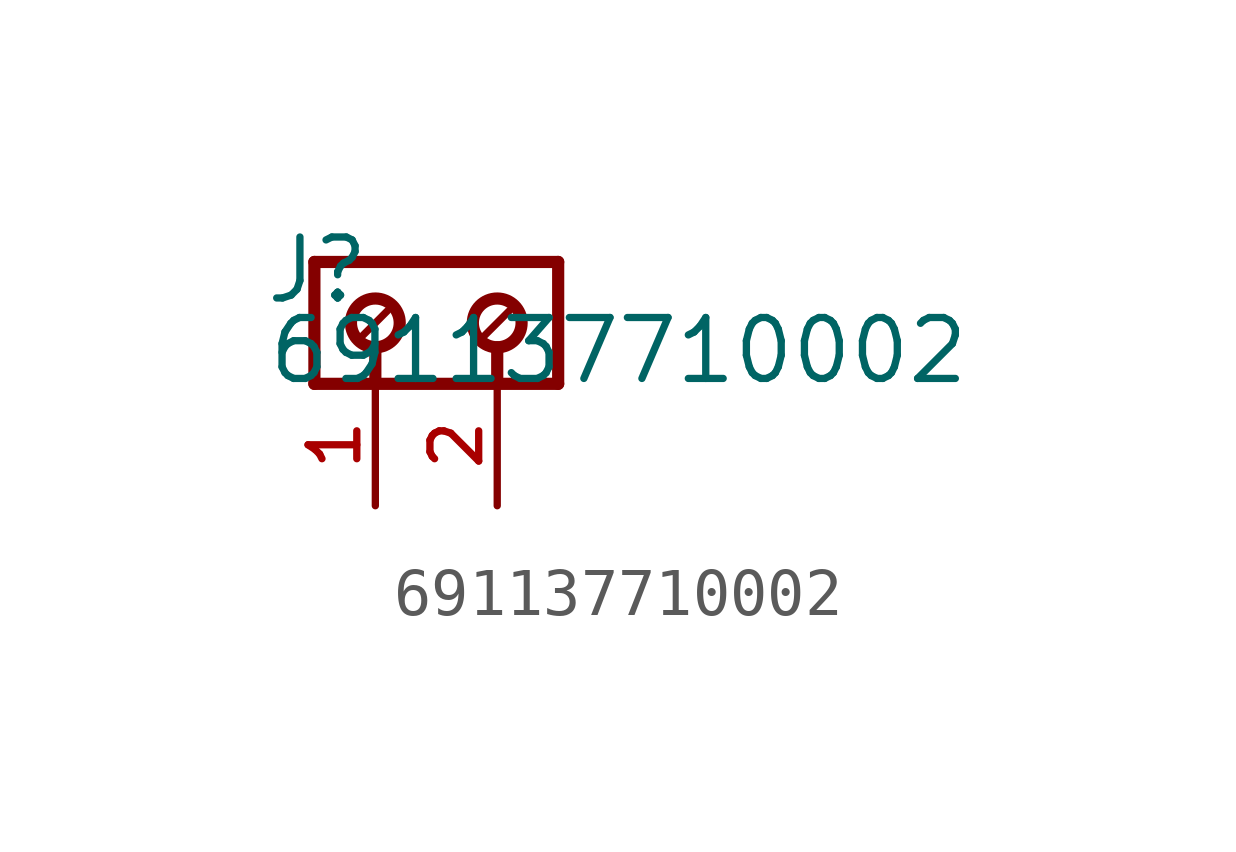
<source format=kicad_sym>
(kicad_symbol_lib
  (version 20211014)
  (generator kicad_symbol_editor)
  (symbol "691137710002"
    (pin_names
      (offset 1.016) hide)
    (property "Reference" "J"
      (at -4.877 -0.914 0)
      (effects (font (size 1.27 1.27)) (justify left bottom)))
    (property "Value" "691137710002"
      (at -4.826 -2.591 0)
      (effects (font (size 1.27 1.27)) (justify left bottom)))
    (property "ki_locked" ""
      (at 0 0 0)
      (effects (font (size 1.27 1.27))))
    (symbol "691137710002_0_0"
      (circle (center -2.54 -1.27) (radius 0.508) (stroke (width 0.254) (type default) (color 0 0 0 0)) (fill (type none)))
      (circle (center 0 -1.27) (radius 0.508) (stroke (width 0.254) (type default) (color 0 0 0 0)) (fill (type none)))
      (polyline (pts (xy -3.81 -2.54) (xy -3.81 0)) (stroke (width 0.254) (type default) (color 0 0 0 0)) (fill (type none)))
      (polyline (pts (xy -3.81 0) (xy 1.27 0)) (stroke (width 0.254) (type default) (color 0 0 0 0)) (fill (type none)))
      (polyline (pts (xy -2.54 -2.54) (xy -3.81 -2.54)) (stroke (width 0.254) (type default) (color 0 0 0 0)) (fill (type none)))
      (polyline (pts (xy -2.54 -1.778) (xy -2.54 -2.54)) (stroke (width 0.254) (type default) (color 0 0 0 0)) (fill (type none)))
      (polyline (pts (xy -2.286 -1.016) (xy -2.794 -1.524)) (stroke (width 0.152) (type default) (color 0 0 0 0)) (fill (type none)))
      (polyline (pts (xy 0 -2.54) (xy -2.54 -2.54)) (stroke (width 0.254) (type default) (color 0 0 0 0)) (fill (type none)))
      (polyline (pts (xy 0 -1.778) (xy 0 -2.54)) (stroke (width 0.254) (type default) (color 0 0 0 0)) (fill (type none)))
      (polyline (pts (xy 0.254 -1.016) (xy -0.254 -1.524)) (stroke (width 0.152) (type default) (color 0 0 0 0)) (fill (type none)))
      (polyline (pts (xy 1.27 -2.54) (xy 0 -2.54)) (stroke (width 0.254) (type default) (color 0 0 0 0)) (fill (type none)))
      (polyline (pts (xy 1.27 0) (xy 1.27 -2.54)) (stroke (width 0.254) (type default) (color 0 0 0 0)) (fill (type none)))
      (pin passive line (at -2.54 -5.08 90) (length 2.54) (name "~" (effects (font (size 1.016 1.016)))) (number "1" (effects (font (size 1.016 1.016)))))
      (pin passive line (at 0 -5.08 90) (length 2.54) (name "~" (effects (font (size 1.016 1.016)))) (number "2" (effects (font (size 1.016 1.016))))))))
</source>
